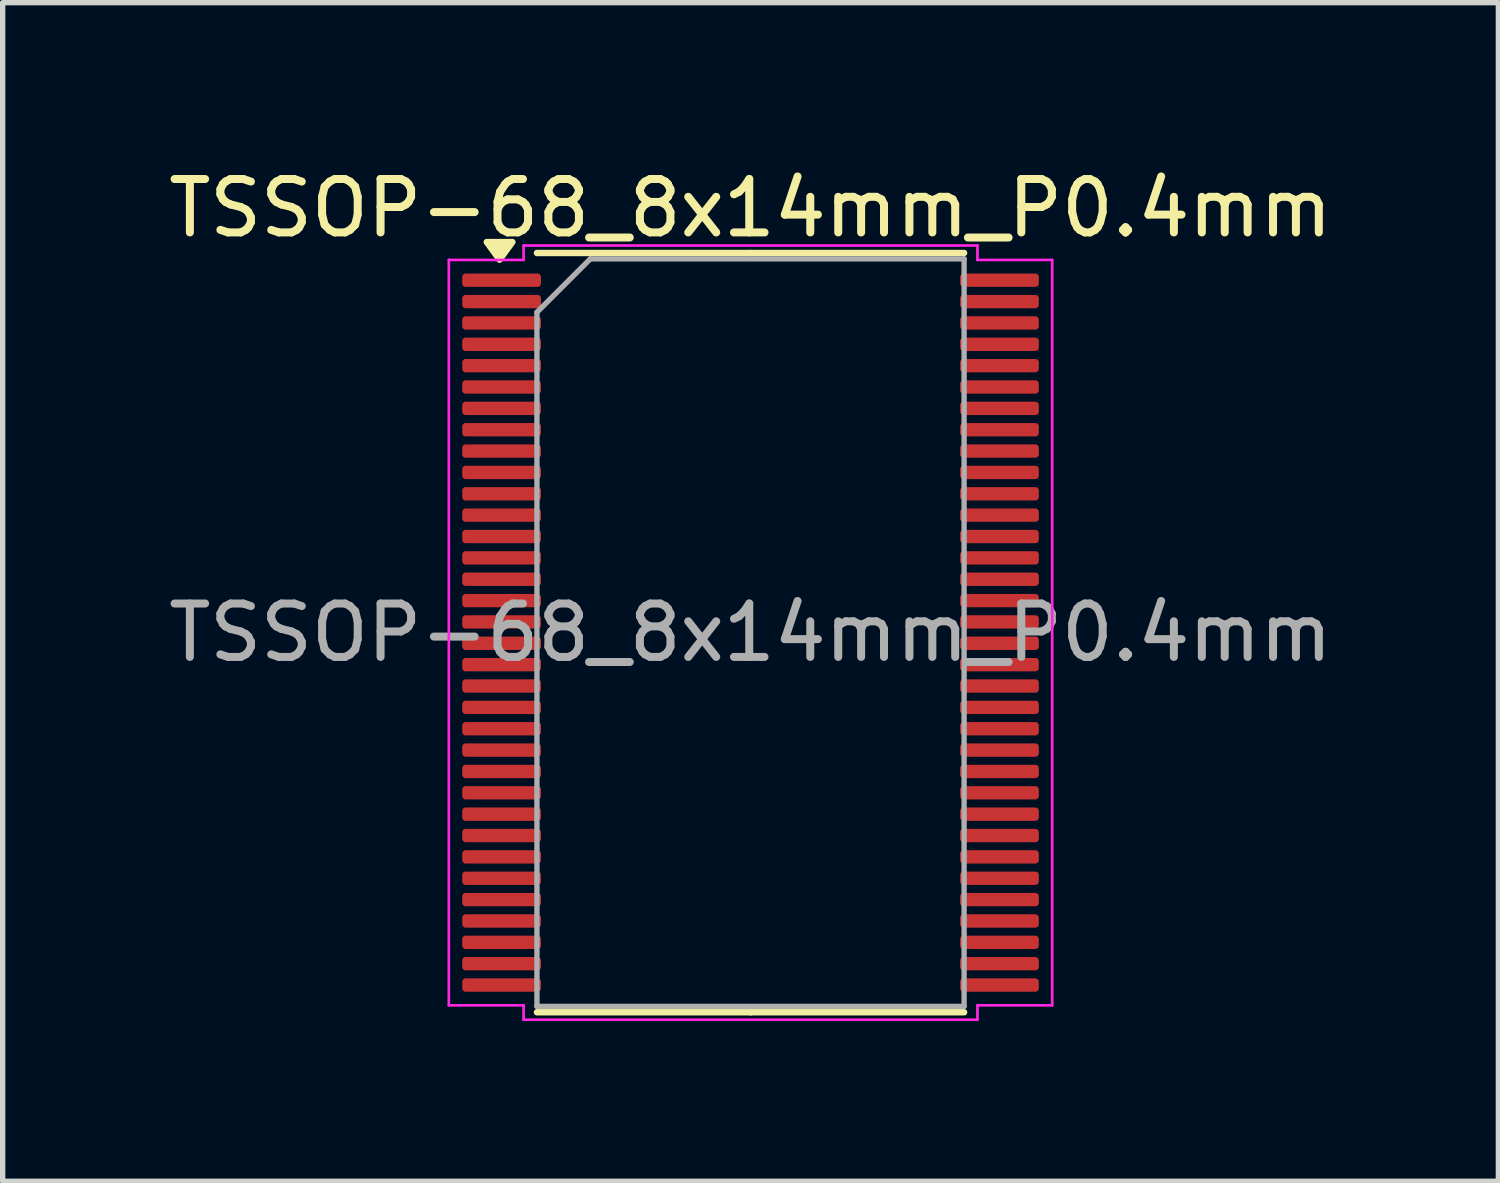
<source format=kicad_pcb>
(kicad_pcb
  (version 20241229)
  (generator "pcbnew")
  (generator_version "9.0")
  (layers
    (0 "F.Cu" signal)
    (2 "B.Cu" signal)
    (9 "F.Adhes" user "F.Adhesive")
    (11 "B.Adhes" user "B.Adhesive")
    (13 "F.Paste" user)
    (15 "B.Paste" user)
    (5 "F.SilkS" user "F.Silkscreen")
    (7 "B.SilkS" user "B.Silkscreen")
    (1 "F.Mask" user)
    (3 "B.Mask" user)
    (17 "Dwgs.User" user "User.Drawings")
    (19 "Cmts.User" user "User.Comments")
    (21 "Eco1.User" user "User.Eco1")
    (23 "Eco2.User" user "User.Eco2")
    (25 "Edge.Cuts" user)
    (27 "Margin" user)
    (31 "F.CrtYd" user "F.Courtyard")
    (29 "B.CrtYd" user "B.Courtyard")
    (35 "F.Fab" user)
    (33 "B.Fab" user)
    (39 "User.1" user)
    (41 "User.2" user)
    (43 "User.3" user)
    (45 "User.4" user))
  (footprint "TSSOP-68_8x14mm_P0.4mm"
    (layer "F.Cu")
    (at 11.006 8.798)
    (property "Reference" "TSSOP-68_8x14mm_P0.4mm" (at 0 -7.95 0) (layer "F.SilkS") (effects (font (size 1 1) (thickness 0.15))))
    (attr smd)
    (fp_line (start 0 -7.11) (end -4 -7.11) (stroke (width 0.12) (type solid)) (layer "F.SilkS"))
    (fp_line (start 0 -7.11) (end 4 -7.11) (stroke (width 0.12) (type solid)) (layer "F.SilkS"))
    (fp_line (start 0 7.11) (end -4 7.11) (stroke (width 0.12) (type solid)) (layer "F.SilkS"))
    (fp_line (start 0 7.11) (end 4 7.11) (stroke (width 0.12) (type solid)) (layer "F.SilkS"))
    (fp_poly (pts (xy -4.7 -6.985) (xy -4.94 -7.315) (xy -4.46 -7.315)) (stroke (width 0.12) (type solid)) (fill yes) (layer "F.SilkS"))
    (fp_line (start -5.65 -6.98) (end -4.25 -6.98) (stroke (width 0.05) (type solid)) (layer "F.CrtYd"))
    (fp_line (start -5.65 6.98) (end -5.65 -6.98) (stroke (width 0.05) (type solid)) (layer "F.CrtYd"))
    (fp_line (start -4.25 -7.25) (end 4.25 -7.25) (stroke (width 0.05) (type solid)) (layer "F.CrtYd"))
    (fp_line (start -4.25 -6.98) (end -4.25 -7.25) (stroke (width 0.05) (type solid)) (layer "F.CrtYd"))
    (fp_line (start -4.25 6.98) (end -5.65 6.98) (stroke (width 0.05) (type solid)) (layer "F.CrtYd"))
    (fp_line (start -4.25 7.25) (end -4.25 6.98) (stroke (width 0.05) (type solid)) (layer "F.CrtYd"))
    (fp_line (start 4.25 -7.25) (end 4.25 -6.98) (stroke (width 0.05) (type solid)) (layer "F.CrtYd"))
    (fp_line (start 4.25 -6.98) (end 5.65 -6.98) (stroke (width 0.05) (type solid)) (layer "F.CrtYd"))
    (fp_line (start 4.25 6.98) (end 4.25 7.25) (stroke (width 0.05) (type solid)) (layer "F.CrtYd"))
    (fp_line (start 4.25 7.25) (end -4.25 7.25) (stroke (width 0.05) (type solid)) (layer "F.CrtYd"))
    (fp_line (start 5.65 -6.98) (end 5.65 6.98) (stroke (width 0.05) (type solid)) (layer "F.CrtYd"))
    (fp_line (start 5.65 6.98) (end 4.25 6.98) (stroke (width 0.05) (type solid)) (layer "F.CrtYd"))
    (fp_line (start -4 -6) (end -3 -7) (stroke (width 0.1) (type solid)) (layer "F.Fab"))
    (fp_line (start -4 7) (end -4 -6) (stroke (width 0.1) (type solid)) (layer "F.Fab"))
    (fp_line (start -3 -7) (end 4 -7) (stroke (width 0.1) (type solid)) (layer "F.Fab"))
    (fp_line (start 4 -7) (end 4 7) (stroke (width 0.1) (type solid)) (layer "F.Fab"))
    (fp_line (start 4 7) (end -4 7) (stroke (width 0.1) (type solid)) (layer "F.Fab"))
    (fp_text user "${REFERENCE}" (at 0 0 0) (layer "F.Fab") (effects (font (size 1 1) (thickness 0.15))))
    (pad "1" smd roundrect (at -4.662 -6.6) (size 1.475 0.25) (layers "F.Cu" "F.Mask" "F.Paste") (roundrect_rratio 0.25))
    (pad "2" smd roundrect (at -4.662 -6.2) (size 1.475 0.25) (layers "F.Cu" "F.Mask" "F.Paste") (roundrect_rratio 0.25))
    (pad "3" smd roundrect (at -4.662 -5.8) (size 1.475 0.25) (layers "F.Cu" "F.Mask" "F.Paste") (roundrect_rratio 0.25))
    (pad "4" smd roundrect (at -4.662 -5.4) (size 1.475 0.25) (layers "F.Cu" "F.Mask" "F.Paste") (roundrect_rratio 0.25))
    (pad "5" smd roundrect (at -4.662 -5) (size 1.475 0.25) (layers "F.Cu" "F.Mask" "F.Paste") (roundrect_rratio 0.25))
    (pad "6" smd roundrect (at -4.662 -4.6) (size 1.475 0.25) (layers "F.Cu" "F.Mask" "F.Paste") (roundrect_rratio 0.25))
    (pad "7" smd roundrect (at -4.662 -4.2) (size 1.475 0.25) (layers "F.Cu" "F.Mask" "F.Paste") (roundrect_rratio 0.25))
    (pad "8" smd roundrect (at -4.662 -3.8) (size 1.475 0.25) (layers "F.Cu" "F.Mask" "F.Paste") (roundrect_rratio 0.25))
    (pad "9" smd roundrect (at -4.662 -3.4) (size 1.475 0.25) (layers "F.Cu" "F.Mask" "F.Paste") (roundrect_rratio 0.25))
    (pad "10" smd roundrect (at -4.662 -3) (size 1.475 0.25) (layers "F.Cu" "F.Mask" "F.Paste") (roundrect_rratio 0.25))
    (pad "11" smd roundrect (at -4.662 -2.6) (size 1.475 0.25) (layers "F.Cu" "F.Mask" "F.Paste") (roundrect_rratio 0.25))
    (pad "12" smd roundrect (at -4.662 -2.2) (size 1.475 0.25) (layers "F.Cu" "F.Mask" "F.Paste") (roundrect_rratio 0.25))
    (pad "13" smd roundrect (at -4.662 -1.8) (size 1.475 0.25) (layers "F.Cu" "F.Mask" "F.Paste") (roundrect_rratio 0.25))
    (pad "14" smd roundrect (at -4.662 -1.4) (size 1.475 0.25) (layers "F.Cu" "F.Mask" "F.Paste") (roundrect_rratio 0.25))
    (pad "15" smd roundrect (at -4.662 -1) (size 1.475 0.25) (layers "F.Cu" "F.Mask" "F.Paste") (roundrect_rratio 0.25))
    (pad "16" smd roundrect (at -4.662 -0.6) (size 1.475 0.25) (layers "F.Cu" "F.Mask" "F.Paste") (roundrect_rratio 0.25))
    (pad "17" smd roundrect (at -4.662 -0.2) (size 1.475 0.25) (layers "F.Cu" "F.Mask" "F.Paste") (roundrect_rratio 0.25))
    (pad "18" smd roundrect (at -4.662 0.2) (size 1.475 0.25) (layers "F.Cu" "F.Mask" "F.Paste") (roundrect_rratio 0.25))
    (pad "19" smd roundrect (at -4.662 0.6) (size 1.475 0.25) (layers "F.Cu" "F.Mask" "F.Paste") (roundrect_rratio 0.25))
    (pad "20" smd roundrect (at -4.662 1) (size 1.475 0.25) (layers "F.Cu" "F.Mask" "F.Paste") (roundrect_rratio 0.25))
    (pad "21" smd roundrect (at -4.662 1.4) (size 1.475 0.25) (layers "F.Cu" "F.Mask" "F.Paste") (roundrect_rratio 0.25))
    (pad "22" smd roundrect (at -4.662 1.8) (size 1.475 0.25) (layers "F.Cu" "F.Mask" "F.Paste") (roundrect_rratio 0.25))
    (pad "23" smd roundrect (at -4.662 2.2) (size 1.475 0.25) (layers "F.Cu" "F.Mask" "F.Paste") (roundrect_rratio 0.25))
    (pad "24" smd roundrect (at -4.662 2.6) (size 1.475 0.25) (layers "F.Cu" "F.Mask" "F.Paste") (roundrect_rratio 0.25))
    (pad "25" smd roundrect (at -4.662 3) (size 1.475 0.25) (layers "F.Cu" "F.Mask" "F.Paste") (roundrect_rratio 0.25))
    (pad "26" smd roundrect (at -4.662 3.4) (size 1.475 0.25) (layers "F.Cu" "F.Mask" "F.Paste") (roundrect_rratio 0.25))
    (pad "27" smd roundrect (at -4.662 3.8) (size 1.475 0.25) (layers "F.Cu" "F.Mask" "F.Paste") (roundrect_rratio 0.25))
    (pad "28" smd roundrect (at -4.662 4.2) (size 1.475 0.25) (layers "F.Cu" "F.Mask" "F.Paste") (roundrect_rratio 0.25))
    (pad "29" smd roundrect (at -4.662 4.6) (size 1.475 0.25) (layers "F.Cu" "F.Mask" "F.Paste") (roundrect_rratio 0.25))
    (pad "30" smd roundrect (at -4.662 5) (size 1.475 0.25) (layers "F.Cu" "F.Mask" "F.Paste") (roundrect_rratio 0.25))
    (pad "31" smd roundrect (at -4.662 5.4) (size 1.475 0.25) (layers "F.Cu" "F.Mask" "F.Paste") (roundrect_rratio 0.25))
    (pad "32" smd roundrect (at -4.662 5.8) (size 1.475 0.25) (layers "F.Cu" "F.Mask" "F.Paste") (roundrect_rratio 0.25))
    (pad "33" smd roundrect (at -4.662 6.2) (size 1.475 0.25) (layers "F.Cu" "F.Mask" "F.Paste") (roundrect_rratio 0.25))
    (pad "34" smd roundrect (at -4.662 6.6) (size 1.475 0.25) (layers "F.Cu" "F.Mask" "F.Paste") (roundrect_rratio 0.25))
    (pad "35" smd roundrect (at 4.662 6.6) (size 1.475 0.25) (layers "F.Cu" "F.Mask" "F.Paste") (roundrect_rratio 0.25))
    (pad "36" smd roundrect (at 4.662 6.2) (size 1.475 0.25) (layers "F.Cu" "F.Mask" "F.Paste") (roundrect_rratio 0.25))
    (pad "37" smd roundrect (at 4.662 5.8) (size 1.475 0.25) (layers "F.Cu" "F.Mask" "F.Paste") (roundrect_rratio 0.25))
    (pad "38" smd roundrect (at 4.662 5.4) (size 1.475 0.25) (layers "F.Cu" "F.Mask" "F.Paste") (roundrect_rratio 0.25))
    (pad "39" smd roundrect (at 4.662 5) (size 1.475 0.25) (layers "F.Cu" "F.Mask" "F.Paste") (roundrect_rratio 0.25))
    (pad "40" smd roundrect (at 4.662 4.6) (size 1.475 0.25) (layers "F.Cu" "F.Mask" "F.Paste") (roundrect_rratio 0.25))
    (pad "41" smd roundrect (at 4.662 4.2) (size 1.475 0.25) (layers "F.Cu" "F.Mask" "F.Paste") (roundrect_rratio 0.25))
    (pad "42" smd roundrect (at 4.662 3.8) (size 1.475 0.25) (layers "F.Cu" "F.Mask" "F.Paste") (roundrect_rratio 0.25))
    (pad "43" smd roundrect (at 4.662 3.4) (size 1.475 0.25) (layers "F.Cu" "F.Mask" "F.Paste") (roundrect_rratio 0.25))
    (pad "44" smd roundrect (at 4.662 3) (size 1.475 0.25) (layers "F.Cu" "F.Mask" "F.Paste") (roundrect_rratio 0.25))
    (pad "45" smd roundrect (at 4.662 2.6) (size 1.475 0.25) (layers "F.Cu" "F.Mask" "F.Paste") (roundrect_rratio 0.25))
    (pad "46" smd roundrect (at 4.662 2.2) (size 1.475 0.25) (layers "F.Cu" "F.Mask" "F.Paste") (roundrect_rratio 0.25))
    (pad "47" smd roundrect (at 4.662 1.8) (size 1.475 0.25) (layers "F.Cu" "F.Mask" "F.Paste") (roundrect_rratio 0.25))
    (pad "48" smd roundrect (at 4.662 1.4) (size 1.475 0.25) (layers "F.Cu" "F.Mask" "F.Paste") (roundrect_rratio 0.25))
    (pad "49" smd roundrect (at 4.662 1) (size 1.475 0.25) (layers "F.Cu" "F.Mask" "F.Paste") (roundrect_rratio 0.25))
    (pad "50" smd roundrect (at 4.662 0.6) (size 1.475 0.25) (layers "F.Cu" "F.Mask" "F.Paste") (roundrect_rratio 0.25))
    (pad "51" smd roundrect (at 4.662 0.2) (size 1.475 0.25) (layers "F.Cu" "F.Mask" "F.Paste") (roundrect_rratio 0.25))
    (pad "52" smd roundrect (at 4.662 -0.2) (size 1.475 0.25) (layers "F.Cu" "F.Mask" "F.Paste") (roundrect_rratio 0.25))
    (pad "53" smd roundrect (at 4.662 -0.6) (size 1.475 0.25) (layers "F.Cu" "F.Mask" "F.Paste") (roundrect_rratio 0.25))
    (pad "54" smd roundrect (at 4.662 -1) (size 1.475 0.25) (layers "F.Cu" "F.Mask" "F.Paste") (roundrect_rratio 0.25))
    (pad "55" smd roundrect (at 4.662 -1.4) (size 1.475 0.25) (layers "F.Cu" "F.Mask" "F.Paste") (roundrect_rratio 0.25))
    (pad "56" smd roundrect (at 4.662 -1.8) (size 1.475 0.25) (layers "F.Cu" "F.Mask" "F.Paste") (roundrect_rratio 0.25))
    (pad "57" smd roundrect (at 4.662 -2.2) (size 1.475 0.25) (layers "F.Cu" "F.Mask" "F.Paste") (roundrect_rratio 0.25))
    (pad "58" smd roundrect (at 4.662 -2.6) (size 1.475 0.25) (layers "F.Cu" "F.Mask" "F.Paste") (roundrect_rratio 0.25))
    (pad "59" smd roundrect (at 4.662 -3) (size 1.475 0.25) (layers "F.Cu" "F.Mask" "F.Paste") (roundrect_rratio 0.25))
    (pad "60" smd roundrect (at 4.662 -3.4) (size 1.475 0.25) (layers "F.Cu" "F.Mask" "F.Paste") (roundrect_rratio 0.25))
    (pad "61" smd roundrect (at 4.662 -3.8) (size 1.475 0.25) (layers "F.Cu" "F.Mask" "F.Paste") (roundrect_rratio 0.25))
    (pad "62" smd roundrect (at 4.662 -4.2) (size 1.475 0.25) (layers "F.Cu" "F.Mask" "F.Paste") (roundrect_rratio 0.25))
    (pad "63" smd roundrect (at 4.662 -4.6) (size 1.475 0.25) (layers "F.Cu" "F.Mask" "F.Paste") (roundrect_rratio 0.25))
    (pad "64" smd roundrect (at 4.662 -5) (size 1.475 0.25) (layers "F.Cu" "F.Mask" "F.Paste") (roundrect_rratio 0.25))
    (pad "65" smd roundrect (at 4.662 -5.4) (size 1.475 0.25) (layers "F.Cu" "F.Mask" "F.Paste") (roundrect_rratio 0.25))
    (pad "66" smd roundrect (at 4.662 -5.8) (size 1.475 0.25) (layers "F.Cu" "F.Mask" "F.Paste") (roundrect_rratio 0.25))
    (pad "67" smd roundrect (at 4.662 -6.2) (size 1.475 0.25) (layers "F.Cu" "F.Mask" "F.Paste") (roundrect_rratio 0.25))
    (pad "68" smd roundrect (at 4.662 -6.6) (size 1.475 0.25) (layers "F.Cu" "F.Mask" "F.Paste") (roundrect_rratio 0.25)))
  (gr_rect
    (start -3 -3)
    (end 25.012 19.073)
    (stroke (width 0.1) (type default))
    (fill no)
    (layer "Edge.Cuts")))
</source>
